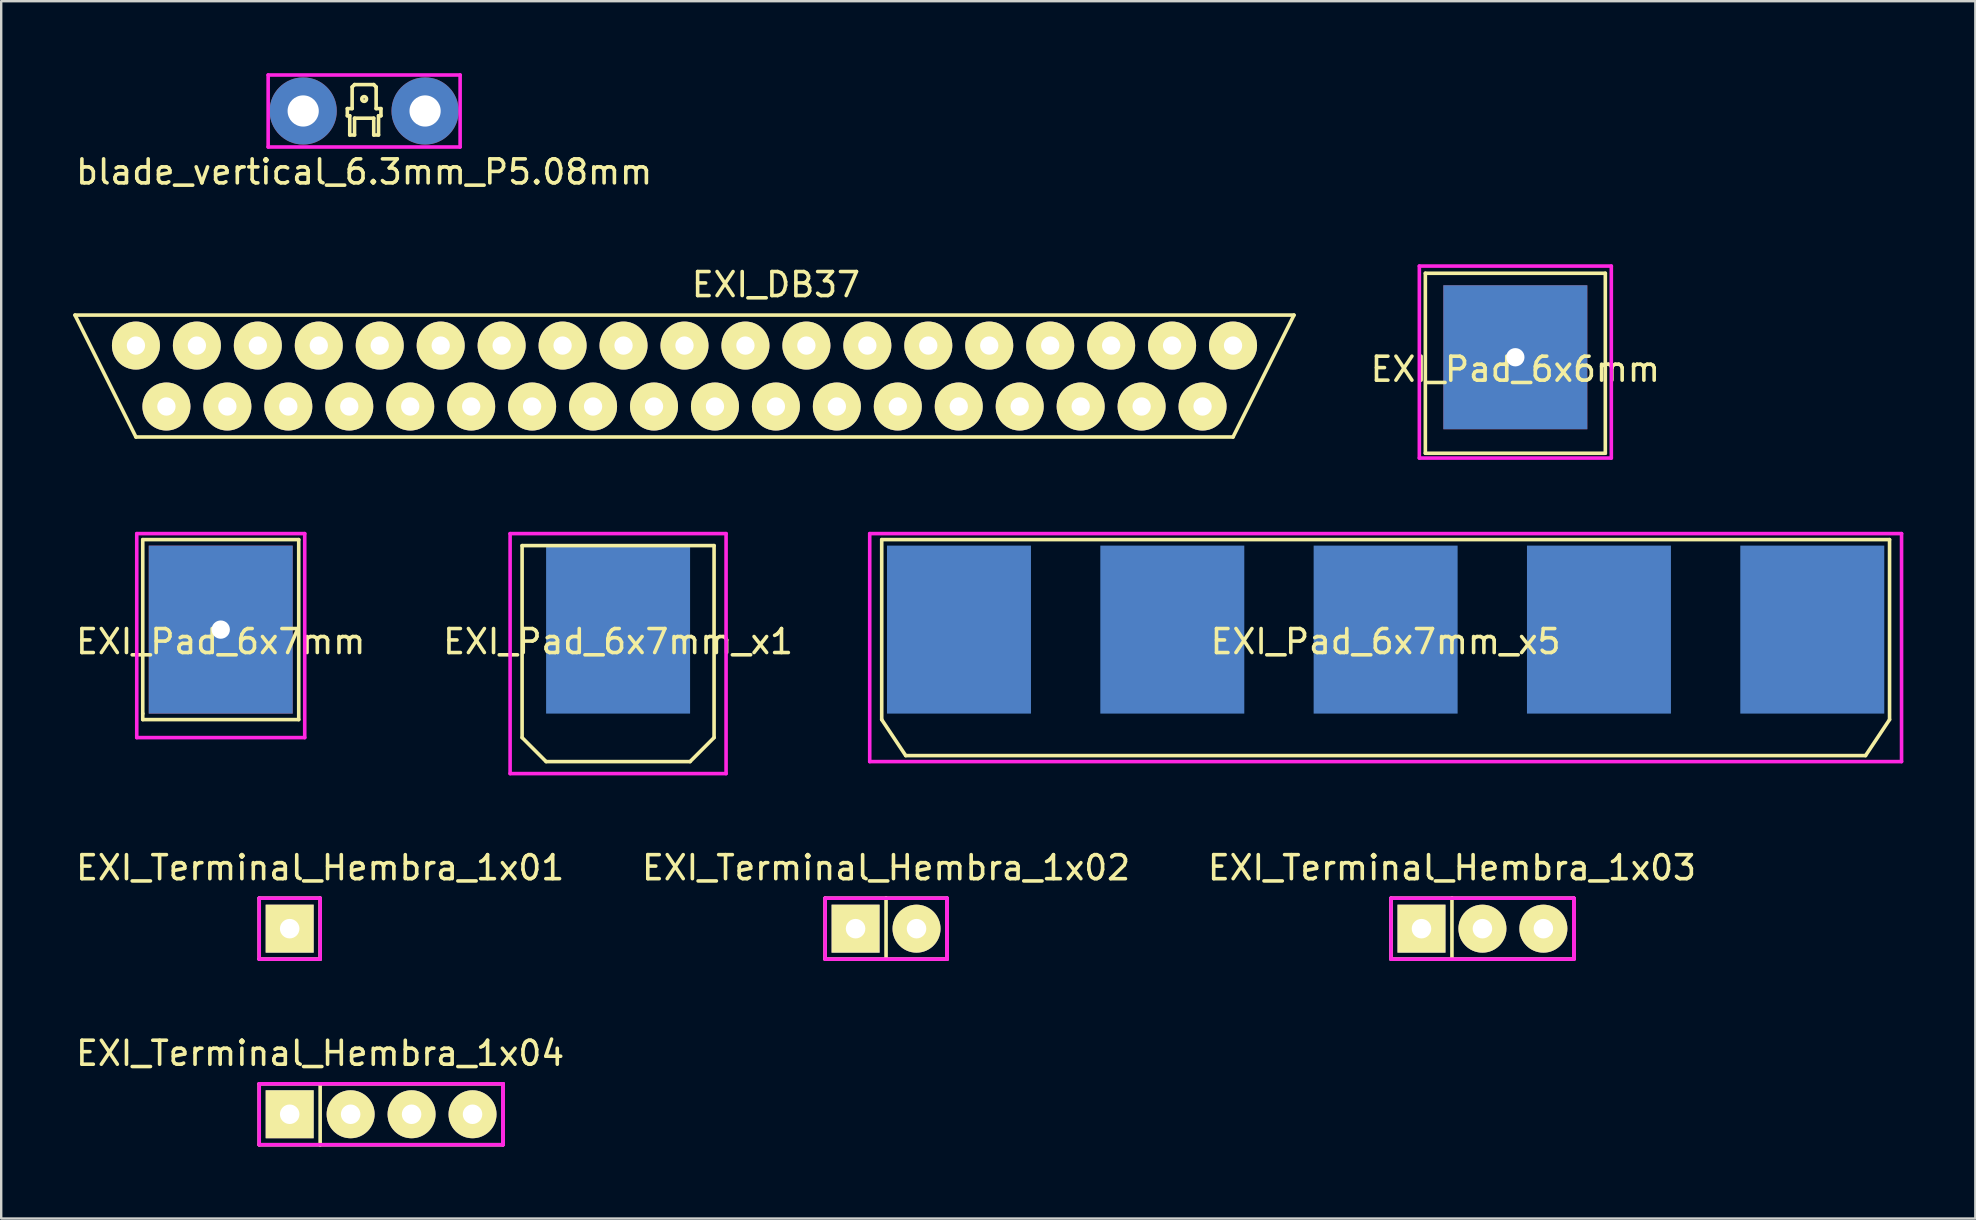
<source format=kicad_pcb>
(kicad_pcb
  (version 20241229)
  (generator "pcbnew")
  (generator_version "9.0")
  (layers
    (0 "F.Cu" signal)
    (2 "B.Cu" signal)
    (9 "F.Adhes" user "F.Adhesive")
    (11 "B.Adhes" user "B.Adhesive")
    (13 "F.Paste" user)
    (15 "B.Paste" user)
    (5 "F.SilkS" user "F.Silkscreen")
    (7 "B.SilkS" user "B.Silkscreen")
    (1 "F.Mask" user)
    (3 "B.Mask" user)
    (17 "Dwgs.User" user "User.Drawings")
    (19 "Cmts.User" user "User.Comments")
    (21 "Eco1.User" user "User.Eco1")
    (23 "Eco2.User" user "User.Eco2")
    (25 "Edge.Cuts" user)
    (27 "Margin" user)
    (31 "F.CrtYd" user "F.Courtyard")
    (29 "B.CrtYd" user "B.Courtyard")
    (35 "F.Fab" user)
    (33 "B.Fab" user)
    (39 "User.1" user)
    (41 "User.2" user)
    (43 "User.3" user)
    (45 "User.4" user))
  (footprint "EXI_Pad_6x7mm_x5"
    (layer "F.Cu")
    (at 54.694 23.188)
    (property "Reference" "EXI_Pad_6x7mm_x5" (at 0 0.5 0) (layer "F.SilkS") (effects (font (size 1 1) (thickness 0.15))))
    (attr through_hole)
    (fp_line (start -21 -3.75) (end 21 -3.75) (stroke (width 0.15) (type solid)) (layer "F.SilkS"))
    (fp_line (start -21 3.75) (end -21 -3.75) (stroke (width 0.15) (type solid)) (layer "F.SilkS"))
    (fp_line (start -20 5.25) (end -21 3.75) (stroke (width 0.15) (type solid)) (layer "F.SilkS"))
    (fp_line (start 20 5.25) (end -20 5.25) (stroke (width 0.15) (type solid)) (layer "F.SilkS"))
    (fp_line (start 21 -3.75) (end 21 3.75) (stroke (width 0.15) (type solid)) (layer "F.SilkS"))
    (fp_line (start 21 3.75) (end 20 5.25) (stroke (width 0.15) (type solid)) (layer "F.SilkS"))
    (fp_line (start -21.5 -4) (end -21.5 5.5) (stroke (width 0.15) (type solid)) (layer "F.CrtYd"))
    (fp_line (start -21.5 -4) (end 21.5 -4) (stroke (width 0.15) (type solid)) (layer "F.CrtYd"))
    (fp_line (start 21.5 5.5) (end -21.5 5.5) (stroke (width 0.15) (type solid)) (layer "F.CrtYd"))
    (fp_line (start 21.5 5.5) (end 21.5 -4) (stroke (width 0.15) (type solid)) (layer "F.CrtYd"))
    (pad "1" smd rect (at -17.78 0) (size 6 7) (layers "F.Mask" "B.Cu" "F.Paste"))
    (pad "2" smd rect (at -8.89 0) (size 6 7) (layers "F.Mask" "B.Cu" "F.Paste"))
    (pad "3" smd rect (at 0 0) (size 6 7) (layers "F.Mask" "B.Cu" "F.Paste"))
    (pad "4" smd rect (at 8.89 0) (size 6 7) (layers "F.Mask" "B.Cu" "F.Paste"))
    (pad "5" smd rect (at 17.78 0) (size 6 7) (layers "F.Mask" "B.Cu" "F.Paste")))
  (footprint "EXI_Terminal_Hembra_1x03"
    (layer "F.Cu")
    (at 58.728 35.651)
    (property "Reference" "EXI_Terminal_Hembra_1x03" (at -1.27 -2.54 0) (layer "F.SilkS") (effects (font (size 1 1) (thickness 0.15))))
    (attr through_hole)
    (fp_line (start -3.81 -1.27) (end -3.81 1.27) (stroke (width 0.15) (type solid)) (layer "F.SilkS"))
    (fp_line (start -3.81 1.27) (end -1.27 1.27) (stroke (width 0.15) (type solid)) (layer "F.SilkS"))
    (fp_line (start -1.27 -1.27) (end -3.81 -1.27) (stroke (width 0.15) (type solid)) (layer "F.SilkS"))
    (fp_line (start -1.27 -1.27) (end 3.81 -1.27) (stroke (width 0.15) (type solid)) (layer "F.SilkS"))
    (fp_line (start -1.27 1.27) (end -1.27 -1.27) (stroke (width 0.15) (type solid)) (layer "F.SilkS"))
    (fp_line (start 3.81 -1.27) (end 3.81 1.27) (stroke (width 0.15) (type solid)) (layer "F.SilkS"))
    (fp_line (start 3.81 1.27) (end -1.27 1.27) (stroke (width 0.15) (type solid)) (layer "F.SilkS"))
    (fp_line (start -3.81 -1.27) (end 3.81 -1.27) (stroke (width 0.15) (type solid)) (layer "F.CrtYd"))
    (fp_line (start -3.81 1.27) (end -3.81 -1.27) (stroke (width 0.15) (type solid)) (layer "F.CrtYd"))
    (fp_line (start 3.81 1.27) (end -3.81 1.27) (stroke (width 0.15) (type solid)) (layer "F.CrtYd"))
    (fp_line (start 3.81 1.27) (end 3.81 -1.27) (stroke (width 0.15) (type solid)) (layer "F.CrtYd"))
    (fp_line (start 3.81 1.27) (end 3.81 -1.27) (stroke (width 0.15) (type solid)) (layer "F.CrtYd"))
    (pad "1" thru_hole rect (at -2.54 0) (size 1.999 1.999) (drill 0.813) (layers "*.Cu" "*.Mask" "F.SilkS"))
    (pad "2" thru_hole circle (at 0 0) (size 1.999 1.999) (drill 0.813) (layers "*.Cu" "*.Mask" "F.SilkS"))
    (pad "3" thru_hole circle (at 2.54 0) (size 1.999 1.999) (drill 0.813) (layers "*.Cu" "*.Mask" "F.SilkS")))
  (footprint "EXI_Pad_6x7mm_x1"
    (layer "F.Cu")
    (at 22.708 23.188)
    (property "Reference" "EXI_Pad_6x7mm_x1" (at 0 0.5 0) (layer "F.SilkS") (effects (font (size 1 1) (thickness 0.15))))
    (attr through_hole)
    (fp_line (start -4 -3.5) (end -4 4.5) (stroke (width 0.15) (type solid)) (layer "F.SilkS"))
    (fp_line (start -4 4.5) (end -3 5.5) (stroke (width 0.15) (type solid)) (layer "F.SilkS"))
    (fp_line (start -3 5.5) (end 3 5.5) (stroke (width 0.15) (type solid)) (layer "F.SilkS"))
    (fp_line (start 3 5.5) (end 4 4.5) (stroke (width 0.15) (type solid)) (layer "F.SilkS"))
    (fp_line (start 4 -3.5) (end -4 -3.5) (stroke (width 0.15) (type solid)) (layer "F.SilkS"))
    (fp_line (start 4 4.5) (end 4 -3.5) (stroke (width 0.15) (type solid)) (layer "F.SilkS"))
    (fp_line (start -4.5 -4) (end -4.5 6) (stroke (width 0.15) (type solid)) (layer "F.CrtYd"))
    (fp_line (start -4.5 6) (end 4.5 6) (stroke (width 0.15) (type solid)) (layer "F.CrtYd"))
    (fp_line (start 4.5 -4) (end -4.5 -4) (stroke (width 0.15) (type solid)) (layer "F.CrtYd"))
    (fp_line (start 4.5 6) (end 4.5 -4) (stroke (width 0.15) (type solid)) (layer "F.CrtYd"))
    (pad "1" smd rect (at 0 0) (size 6 7) (layers "F.Mask" "B.Cu" "F.Paste")))
  (footprint "EXI_DB37"
    (layer "F.Cu")
    (at 25.475 12.621)
    (property "Reference" "EXI_DB37" (at 3.81 -3.81 0) (layer "F.SilkS") (effects (font (size 1 1) (thickness 0.15))))
    (attr through_hole)
    (fp_line (start -25.4 -2.54) (end -22.86 2.54) (stroke (width 0.15) (type solid)) (layer "F.SilkS"))
    (fp_line (start -22.86 2.54) (end 22.86 2.54) (stroke (width 0.15) (type solid)) (layer "F.SilkS"))
    (fp_line (start 22.86 2.54) (end 25.4 -2.54) (stroke (width 0.15) (type solid)) (layer "F.SilkS"))
    (fp_line (start 25.4 -2.54) (end -25.4 -2.54) (stroke (width 0.15) (type solid)) (layer "F.SilkS"))
    (pad "1" thru_hole circle (at 22.86 -1.27) (size 2 2) (drill 0.762) (layers "*.Cu" "*.Mask" "F.SilkS"))
    (pad "2" thru_hole circle (at 20.32 -1.27) (size 2 2) (drill 0.762) (layers "*.Cu" "*.Mask" "F.SilkS"))
    (pad "3" thru_hole circle (at 17.78 -1.27) (size 2 2) (drill 0.762) (layers "*.Cu" "*.Mask" "F.SilkS"))
    (pad "4" thru_hole circle (at 15.24 -1.27) (size 2 2) (drill 0.762) (layers "*.Cu" "*.Mask" "F.SilkS"))
    (pad "5" thru_hole circle (at 12.7 -1.27) (size 2 2) (drill 0.762) (layers "*.Cu" "*.Mask" "F.SilkS"))
    (pad "6" thru_hole circle (at 10.16 -1.27) (size 2 2) (drill 0.762) (layers "*.Cu" "*.Mask" "F.SilkS"))
    (pad "7" thru_hole circle (at 7.62 -1.27) (size 2 2) (drill 0.762) (layers "*.Cu" "*.Mask" "F.SilkS"))
    (pad "8" thru_hole circle (at 5.08 -1.27) (size 2 2) (drill 0.762) (layers "*.Cu" "*.Mask" "F.SilkS"))
    (pad "9" thru_hole circle (at 2.54 -1.27) (size 2 2) (drill 0.762) (layers "*.Cu" "*.Mask" "F.SilkS"))
    (pad "10" thru_hole circle (at 0 -1.27) (size 2 2) (drill 0.762) (layers "*.Cu" "*.Mask" "F.SilkS"))
    (pad "11" thru_hole circle (at -2.54 -1.27) (size 2 2) (drill 0.762) (layers "*.Cu" "*.Mask" "F.SilkS"))
    (pad "12" thru_hole circle (at -5.08 -1.27) (size 2 2) (drill 0.762) (layers "*.Cu" "*.Mask" "F.SilkS"))
    (pad "13" thru_hole circle (at -7.62 -1.27) (size 2 2) (drill 0.762) (layers "*.Cu" "*.Mask" "F.SilkS"))
    (pad "14" thru_hole circle (at -10.16 -1.27) (size 2 2) (drill 0.762) (layers "*.Cu" "*.Mask" "F.SilkS"))
    (pad "15" thru_hole circle (at -12.7 -1.27) (size 2 2) (drill 0.762) (layers "*.Cu" "*.Mask" "F.SilkS"))
    (pad "16" thru_hole circle (at -15.24 -1.27) (size 2 2) (drill 0.762) (layers "*.Cu" "*.Mask" "F.SilkS"))
    (pad "17" thru_hole circle (at -17.78 -1.27) (size 2 2) (drill 0.762) (layers "*.Cu" "*.Mask" "F.SilkS"))
    (pad "18" thru_hole circle (at -20.32 -1.27) (size 2 2) (drill 0.762) (layers "*.Cu" "*.Mask" "F.SilkS"))
    (pad "19" thru_hole circle (at -22.86 -1.27) (size 2 2) (drill 0.762) (layers "*.Cu" "*.Mask" "F.SilkS"))
    (pad "20" thru_hole circle (at 21.59 1.27) (size 2 2) (drill 0.762) (layers "*.Cu" "*.Mask" "F.SilkS"))
    (pad "21" thru_hole circle (at 19.05 1.27) (size 2 2) (drill 0.762) (layers "*.Cu" "*.Mask" "F.SilkS"))
    (pad "22" thru_hole circle (at 16.51 1.27) (size 2 2) (drill 0.762) (layers "*.Cu" "*.Mask" "F.SilkS"))
    (pad "23" thru_hole circle (at 13.97 1.27) (size 2 2) (drill 0.762) (layers "*.Cu" "*.Mask" "F.SilkS"))
    (pad "24" thru_hole circle (at 11.43 1.27) (size 2 2) (drill 0.762) (layers "*.Cu" "*.Mask" "F.SilkS"))
    (pad "25" thru_hole circle (at 8.89 1.27) (size 2 2) (drill 0.762) (layers "*.Cu" "*.Mask" "F.SilkS"))
    (pad "26" thru_hole circle (at 6.35 1.27) (size 2 2) (drill 0.762) (layers "*.Cu" "*.Mask" "F.SilkS"))
    (pad "27" thru_hole circle (at 3.81 1.27) (size 2 2) (drill 0.762) (layers "*.Cu" "*.Mask" "F.SilkS"))
    (pad "28" thru_hole circle (at 1.27 1.27) (size 2 2) (drill 0.762) (layers "*.Cu" "*.Mask" "F.SilkS"))
    (pad "29" thru_hole circle (at -1.27 1.27) (size 2 2) (drill 0.762) (layers "*.Cu" "*.Mask" "F.SilkS"))
    (pad "30" thru_hole circle (at -3.81 1.27) (size 2 2) (drill 0.762) (layers "*.Cu" "*.Mask" "F.SilkS"))
    (pad "31" thru_hole circle (at -6.35 1.27) (size 2 2) (drill 0.762) (layers "*.Cu" "*.Mask" "F.SilkS"))
    (pad "32" thru_hole circle (at -8.89 1.27) (size 2 2) (drill 0.762) (layers "*.Cu" "*.Mask" "F.SilkS"))
    (pad "33" thru_hole circle (at -11.43 1.27) (size 2 2) (drill 0.762) (layers "*.Cu" "*.Mask" "F.SilkS"))
    (pad "34" thru_hole circle (at -13.97 1.27) (size 2 2) (drill 0.762) (layers "*.Cu" "*.Mask" "F.SilkS"))
    (pad "35" thru_hole circle (at -16.51 1.27) (size 2 2) (drill 0.762) (layers "*.Cu" "*.Mask" "F.SilkS"))
    (pad "36" thru_hole circle (at -19.05 1.27) (size 2 2) (drill 0.762) (layers "*.Cu" "*.Mask" "F.SilkS"))
    (pad "37" thru_hole circle (at -21.59 1.27) (size 2 2) (drill 0.762) (layers "*.Cu" "*.Mask" "F.SilkS")))
  (footprint "blade_vertical_6.3mm_P5.08mm"
    (layer "F.Cu")
    (at 12.125 1.575)
    (property "Reference" "blade_vertical_6.3mm_P5.08mm" (at 0 2.54 0) (layer "F.SilkS") (effects (font (size 1 1) (thickness 0.15))))
    (attr through_hole)
    (fp_line (start -0.7 -0.1) (end -0.7 0.2) (stroke (width 0.15) (type solid)) (layer "F.SilkS"))
    (fp_line (start -0.7 0.2) (end -0.6 0.2) (stroke (width 0.15) (type solid)) (layer "F.SilkS"))
    (fp_line (start -0.6 0.2) (end -0.6 1) (stroke (width 0.15) (type solid)) (layer "F.SilkS"))
    (fp_line (start -0.6 1) (end -0.4 1) (stroke (width 0.15) (type solid)) (layer "F.SilkS"))
    (fp_line (start -0.5 -1) (end -0.5 -0.1) (stroke (width 0.15) (type solid)) (layer "F.SilkS"))
    (fp_line (start -0.5 -0.1) (end -0.7 -0.1) (stroke (width 0.15) (type solid)) (layer "F.SilkS"))
    (fp_line (start -0.4 -1.1) (end -0.5 -1) (stroke (width 0.15) (type solid)) (layer "F.SilkS"))
    (fp_line (start -0.4 0.3) (end 0.4 0.3) (stroke (width 0.15) (type solid)) (layer "F.SilkS"))
    (fp_line (start -0.4 1) (end -0.4 0.3) (stroke (width 0.15) (type solid)) (layer "F.SilkS"))
    (fp_line (start 0.4 -1.1) (end -0.4 -1.1) (stroke (width 0.15) (type solid)) (layer "F.SilkS"))
    (fp_line (start 0.4 0.3) (end 0.4 1) (stroke (width 0.15) (type solid)) (layer "F.SilkS"))
    (fp_line (start 0.4 1) (end 0.6 1) (stroke (width 0.15) (type solid)) (layer "F.SilkS"))
    (fp_line (start 0.5 -1) (end 0.4 -1.1) (stroke (width 0.15) (type solid)) (layer "F.SilkS"))
    (fp_line (start 0.5 -0.1) (end 0.5 -1) (stroke (width 0.15) (type solid)) (layer "F.SilkS"))
    (fp_line (start 0.6 0.2) (end 0.7 0.2) (stroke (width 0.15) (type solid)) (layer "F.SilkS"))
    (fp_line (start 0.6 1) (end 0.6 0.2) (stroke (width 0.15) (type solid)) (layer "F.SilkS"))
    (fp_line (start 0.7 -0.1) (end 0.5 -0.1) (stroke (width 0.15) (type solid)) (layer "F.SilkS"))
    (fp_line (start 0.7 0.2) (end 0.7 -0.1) (stroke (width 0.15) (type solid)) (layer "F.SilkS"))
    (fp_circle (center 0 -0.5) (end 0.1 -0.5) (stroke (width 0.15) (type solid)) (fill no) (layer "F.SilkS"))
    (fp_line (start -4 -1.5) (end 4 -1.5) (stroke (width 0.15) (type solid)) (layer "F.CrtYd"))
    (fp_line (start -4 1.5) (end -4 -1.5) (stroke (width 0.15) (type solid)) (layer "F.CrtYd"))
    (fp_line (start 4 -1.5) (end 4 1.5) (stroke (width 0.15) (type solid)) (layer "F.CrtYd"))
    (fp_line (start 4 1.5) (end -4 1.5) (stroke (width 0.15) (type solid)) (layer "F.CrtYd"))
    (pad "1" thru_hole circle (at -2.54 0) (size 2.8 2.8) (drill 1.3) (layers "*.Cu" "*.Mask"))
    (pad "1" thru_hole circle (at 2.54 0) (size 2.8 2.8) (drill 1.3) (layers "*.Cu" "*.Mask")))
  (footprint "EXI_Terminal_Hembra_1x04"
    (layer "F.Cu")
    (at 12.832 43.385)
    (property "Reference" "EXI_Terminal_Hembra_1x04" (at -2.54 -2.54 0) (layer "F.SilkS") (effects (font (size 1 1) (thickness 0.15))))
    (attr through_hole)
    (fp_line (start -5.08 -1.27) (end -5.08 1.27) (stroke (width 0.15) (type solid)) (layer "F.SilkS"))
    (fp_line (start -5.08 1.27) (end -2.54 1.27) (stroke (width 0.15) (type solid)) (layer "F.SilkS"))
    (fp_line (start -2.54 -1.27) (end -5.08 -1.27) (stroke (width 0.15) (type solid)) (layer "F.SilkS"))
    (fp_line (start -2.54 -1.27) (end 5.08 -1.27) (stroke (width 0.15) (type solid)) (layer "F.SilkS"))
    (fp_line (start -2.54 1.27) (end -2.54 -1.27) (stroke (width 0.15) (type solid)) (layer "F.SilkS"))
    (fp_line (start 5.08 -1.27) (end 5.08 1.27) (stroke (width 0.15) (type solid)) (layer "F.SilkS"))
    (fp_line (start 5.08 1.27) (end -2.54 1.27) (stroke (width 0.15) (type solid)) (layer "F.SilkS"))
    (fp_line (start -5.08 -1.27) (end 5.08 -1.27) (stroke (width 0.15) (type solid)) (layer "F.CrtYd"))
    (fp_line (start -5.08 1.27) (end -5.08 -1.27) (stroke (width 0.15) (type solid)) (layer "F.CrtYd"))
    (fp_line (start -5.08 1.27) (end 5.08 1.27) (stroke (width 0.15) (type solid)) (layer "F.CrtYd"))
    (fp_line (start 5.08 1.27) (end 5.08 -1.27) (stroke (width 0.15) (type solid)) (layer "F.CrtYd"))
    (fp_line (start 5.08 1.27) (end 5.08 -1.27) (stroke (width 0.15) (type solid)) (layer "F.CrtYd"))
    (pad "1" thru_hole rect (at -3.81 0) (size 1.999 1.999) (drill 0.813) (layers "*.Cu" "*.Mask" "F.SilkS"))
    (pad "2" thru_hole circle (at -1.27 0) (size 1.999 1.999) (drill 0.813) (layers "*.Cu" "*.Mask" "F.SilkS"))
    (pad "3" thru_hole circle (at 1.27 0) (size 1.999 1.999) (drill 0.813) (layers "*.Cu" "*.Mask" "F.SilkS"))
    (pad "4" thru_hole circle (at 3.81 0) (size 1.999 1.999) (drill 0.813) (layers "*.Cu" "*.Mask" "F.SilkS")))
  (footprint "EXI_Pad_6x7mm"
    (layer "F.Cu")
    (at 6.149 23.188)
    (property "Reference" "EXI_Pad_6x7mm" (at 0 0.5 0) (layer "F.SilkS") (effects (font (size 1 1) (thickness 0.15))))
    (attr through_hole)
    (fp_line (start -3.25 -3.75) (end 3.25 -3.75) (stroke (width 0.15) (type solid)) (layer "F.SilkS"))
    (fp_line (start -3.25 3.5) (end -3.25 -3.75) (stroke (width 0.15) (type solid)) (layer "F.SilkS"))
    (fp_line (start -3.25 3.75) (end -3.25 3.5) (stroke (width 0.15) (type solid)) (layer "F.SilkS"))
    (fp_line (start 3.25 -3.75) (end 3.25 3.75) (stroke (width 0.15) (type solid)) (layer "F.SilkS"))
    (fp_line (start 3.25 3.75) (end -3.25 3.75) (stroke (width 0.15) (type solid)) (layer "F.SilkS"))
    (fp_line (start -3.5 -4) (end 3.5 -4) (stroke (width 0.15) (type solid)) (layer "F.CrtYd"))
    (fp_line (start -3.5 4.5) (end -3.5 -4) (stroke (width 0.15) (type solid)) (layer "F.CrtYd"))
    (fp_line (start 3.5 -4) (end 3.5 4.5) (stroke (width 0.15) (type solid)) (layer "F.CrtYd"))
    (fp_line (start 3.5 4.5) (end -3.5 4.5) (stroke (width 0.15) (type solid)) (layer "F.CrtYd"))
    (pad "1" thru_hole rect (at 0 0) (size 6 7) (drill 0.762) (layers "*.Mask" "B.Cu")))
  (footprint "EXI_Pad_6x6mm"
    (layer "F.Cu")
    (at 60.099 11.838)
    (property "Reference" "EXI_Pad_6x6mm" (at 0 0.5 0) (layer "F.SilkS") (effects (font (size 1 1) (thickness 0.15))))
    (attr through_hole)
    (fp_line (start -3.75 -3.5) (end 3.75 -3.5) (stroke (width 0.15) (type solid)) (layer "F.SilkS"))
    (fp_line (start -3.75 4) (end -3.75 -3.5) (stroke (width 0.15) (type solid)) (layer "F.SilkS"))
    (fp_line (start 3.75 -3.5) (end 3.75 4) (stroke (width 0.15) (type solid)) (layer "F.SilkS"))
    (fp_line (start 3.75 4) (end -3.75 4) (stroke (width 0.15) (type solid)) (layer "F.SilkS"))
    (fp_line (start -4 -3.8) (end 4 -3.8) (stroke (width 0.15) (type solid)) (layer "F.CrtYd"))
    (fp_line (start -4 4.2) (end -4 -3.8) (stroke (width 0.15) (type solid)) (layer "F.CrtYd"))
    (fp_line (start 4 -3.8) (end 4 4.2) (stroke (width 0.15) (type solid)) (layer "F.CrtYd"))
    (fp_line (start 4 4.2) (end -4 4.2) (stroke (width 0.15) (type solid)) (layer "F.CrtYd"))
    (pad "1" thru_hole rect (at 0 0) (size 6 6) (drill 0.762) (layers "*.Cu" "*.Mask")))
  (footprint "EXI_Terminal_Hembra_1x01"
    (layer "F.Cu")
    (at 9.022 35.651)
    (property "Reference" "EXI_Terminal_Hembra_1x01" (at 1.27 -2.54 0) (layer "F.SilkS") (effects (font (size 1 1) (thickness 0.15))))
    (attr through_hole)
    (fp_line (start -1.27 -1.27) (end -1.27 1.27) (stroke (width 0.15) (type solid)) (layer "F.SilkS"))
    (fp_line (start -1.27 1.27) (end 1.27 1.27) (stroke (width 0.15) (type solid)) (layer "F.SilkS"))
    (fp_line (start 1.27 -1.27) (end -1.27 -1.27) (stroke (width 0.15) (type solid)) (layer "F.SilkS"))
    (fp_line (start 1.27 1.27) (end 1.27 -1.27) (stroke (width 0.15) (type solid)) (layer "F.SilkS"))
    (fp_line (start -1.27 -1.27) (end 1.27 -1.27) (stroke (width 0.15) (type solid)) (layer "F.CrtYd"))
    (fp_line (start -1.27 1.27) (end -1.27 -1.27) (stroke (width 0.15) (type solid)) (layer "F.CrtYd"))
    (fp_line (start -1.27 1.27) (end 1.27 1.27) (stroke (width 0.15) (type solid)) (layer "F.CrtYd"))
    (fp_line (start 1.27 1.27) (end 1.27 -1.27) (stroke (width 0.15) (type solid)) (layer "F.CrtYd"))
    (pad "1" thru_hole rect (at 0 0) (size 1.999 1.999) (drill 0.813) (layers "*.Cu" "*.Mask" "F.SilkS")))
  (footprint "EXI_Terminal_Hembra_1x02"
    (layer "F.Cu")
    (at 33.875 35.651)
    (property "Reference" "EXI_Terminal_Hembra_1x02" (at 0 -2.54 0) (layer "F.SilkS") (effects (font (size 1 1) (thickness 0.15))))
    (attr through_hole)
    (fp_line (start -2.54 -1.27) (end -2.54 1.27) (stroke (width 0.15) (type solid)) (layer "F.SilkS"))
    (fp_line (start -2.54 1.27) (end 0 1.27) (stroke (width 0.15) (type solid)) (layer "F.SilkS"))
    (fp_line (start 0 -1.27) (end -2.54 -1.27) (stroke (width 0.15) (type solid)) (layer "F.SilkS"))
    (fp_line (start 0 -1.27) (end 2.54 -1.27) (stroke (width 0.15) (type solid)) (layer "F.SilkS"))
    (fp_line (start 0 1.27) (end 0 -1.27) (stroke (width 0.15) (type solid)) (layer "F.SilkS"))
    (fp_line (start 0 1.27) (end 2.54 1.27) (stroke (width 0.15) (type solid)) (layer "F.SilkS"))
    (fp_line (start 2.54 -1.27) (end 2.54 1.27) (stroke (width 0.15) (type solid)) (layer "F.SilkS"))
    (fp_line (start -2.54 -1.27) (end 2.54 -1.27) (stroke (width 0.15) (type solid)) (layer "F.CrtYd"))
    (fp_line (start -2.54 1.27) (end -2.54 -1.27) (stroke (width 0.15) (type solid)) (layer "F.CrtYd"))
    (fp_line (start -2.54 1.27) (end 2.54 1.27) (stroke (width 0.15) (type solid)) (layer "F.CrtYd"))
    (fp_line (start 2.54 1.27) (end 2.54 -1.27) (stroke (width 0.15) (type solid)) (layer "F.CrtYd"))
    (fp_line (start 2.54 1.27) (end 2.54 -1.27) (stroke (width 0.15) (type solid)) (layer "F.CrtYd"))
    (pad "1" thru_hole rect (at -1.27 0) (size 1.999 1.999) (drill 0.813) (layers "*.Cu" "*.Mask" "F.SilkS"))
    (pad "2" thru_hole circle (at 1.27 0) (size 1.999 1.999) (drill 0.813) (layers "*.Cu" "*.Mask" "F.SilkS")))
  (gr_rect
    (start -3 -3)
    (end 79.269 47.73)
    (stroke (width 0.1) (type default))
    (fill no)
    (layer "Edge.Cuts")))
</source>
